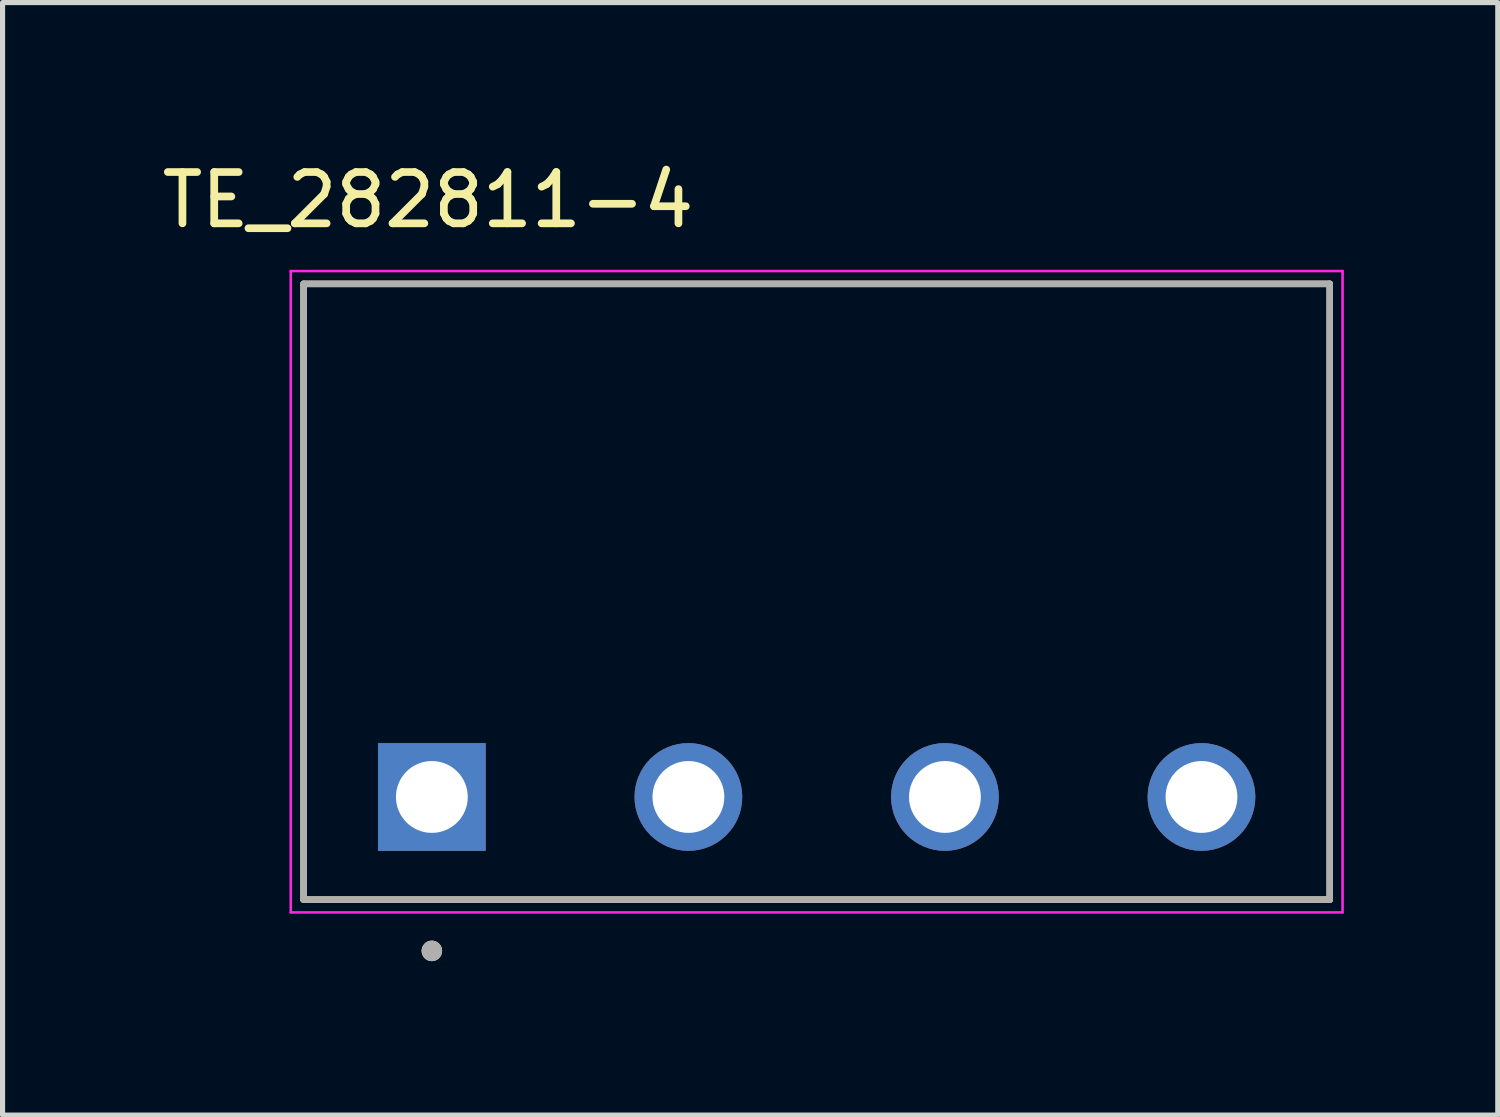
<source format=kicad_pcb>
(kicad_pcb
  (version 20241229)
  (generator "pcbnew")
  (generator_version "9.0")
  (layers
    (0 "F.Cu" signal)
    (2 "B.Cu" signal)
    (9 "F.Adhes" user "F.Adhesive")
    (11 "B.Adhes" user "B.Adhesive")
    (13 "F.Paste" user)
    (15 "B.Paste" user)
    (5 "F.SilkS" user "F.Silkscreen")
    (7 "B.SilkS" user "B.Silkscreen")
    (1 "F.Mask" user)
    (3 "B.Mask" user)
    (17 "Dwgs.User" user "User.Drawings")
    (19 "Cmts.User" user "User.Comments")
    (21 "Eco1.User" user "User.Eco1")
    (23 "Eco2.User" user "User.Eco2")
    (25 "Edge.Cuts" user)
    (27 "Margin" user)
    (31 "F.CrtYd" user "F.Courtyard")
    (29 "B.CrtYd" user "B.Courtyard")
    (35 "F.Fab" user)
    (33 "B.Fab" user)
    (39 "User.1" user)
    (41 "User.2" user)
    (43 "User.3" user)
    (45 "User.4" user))
  (footprint "TE_282811-4"
    (layer "F.Cu")
    (at 12.867 12.483)
    (property "Reference" "TE_282811-4" (at -7.575 -11.635 0) (layer "F.SilkS") (effects (font (size 1 1) (thickness 0.15))))
    (attr through_hole)
    (fp_line (start -10 -10) (end 10 -10) (stroke (width 0.127) (type solid)) (layer "F.SilkS"))
    (fp_line (start -10 2) (end -10 -10) (stroke (width 0.127) (type solid)) (layer "F.SilkS"))
    (fp_line (start 10 -10) (end 10 2) (stroke (width 0.127) (type solid)) (layer "F.SilkS"))
    (fp_line (start 10 2) (end -10 2) (stroke (width 0.127) (type solid)) (layer "F.SilkS"))
    (fp_circle (center -7.5 3) (end -7.4 3) (stroke (width 0.2) (type solid)) (fill no) (layer "F.SilkS"))
    (fp_line (start -10.25 -10.25) (end 10.25 -10.25) (stroke (width 0.05) (type solid)) (layer "F.CrtYd"))
    (fp_line (start -10.25 2.25) (end -10.25 -10.25) (stroke (width 0.05) (type solid)) (layer "F.CrtYd"))
    (fp_line (start 10.25 -10.25) (end 10.25 2.25) (stroke (width 0.05) (type solid)) (layer "F.CrtYd"))
    (fp_line (start 10.25 2.25) (end -10.25 2.25) (stroke (width 0.05) (type solid)) (layer "F.CrtYd"))
    (fp_line (start -10 -10) (end 10 -10) (stroke (width 0.127) (type solid)) (layer "F.Fab"))
    (fp_line (start -10 2) (end -10 -10) (stroke (width 0.127) (type solid)) (layer "F.Fab"))
    (fp_line (start 10 -10) (end 10 2) (stroke (width 0.127) (type solid)) (layer "F.Fab"))
    (fp_line (start 10 2) (end -10 2) (stroke (width 0.127) (type solid)) (layer "F.Fab"))
    (fp_circle (center -7.5 3) (end -7.4 3) (stroke (width 0.2) (type solid)) (fill no) (layer "F.Fab"))
    (pad "1" thru_hole rect (at -7.5 0) (size 2.1 2.1) (drill 1.4) (layers "*.Cu" "*.Mask"))
    (pad "2" thru_hole circle (at -2.5 0) (size 2.1 2.1) (drill 1.4) (layers "*.Cu" "*.Mask"))
    (pad "3" thru_hole circle (at 2.5 0) (size 2.1 2.1) (drill 1.4) (layers "*.Cu" "*.Mask"))
    (pad "4" thru_hole circle (at 7.5 0) (size 2.1 2.1) (drill 1.4) (layers "*.Cu" "*.Mask")))
  (gr_rect
    (start -3 -3)
    (end 26.142 18.683)
    (stroke (width 0.1) (type default))
    (fill no)
    (layer "Edge.Cuts")))
</source>
